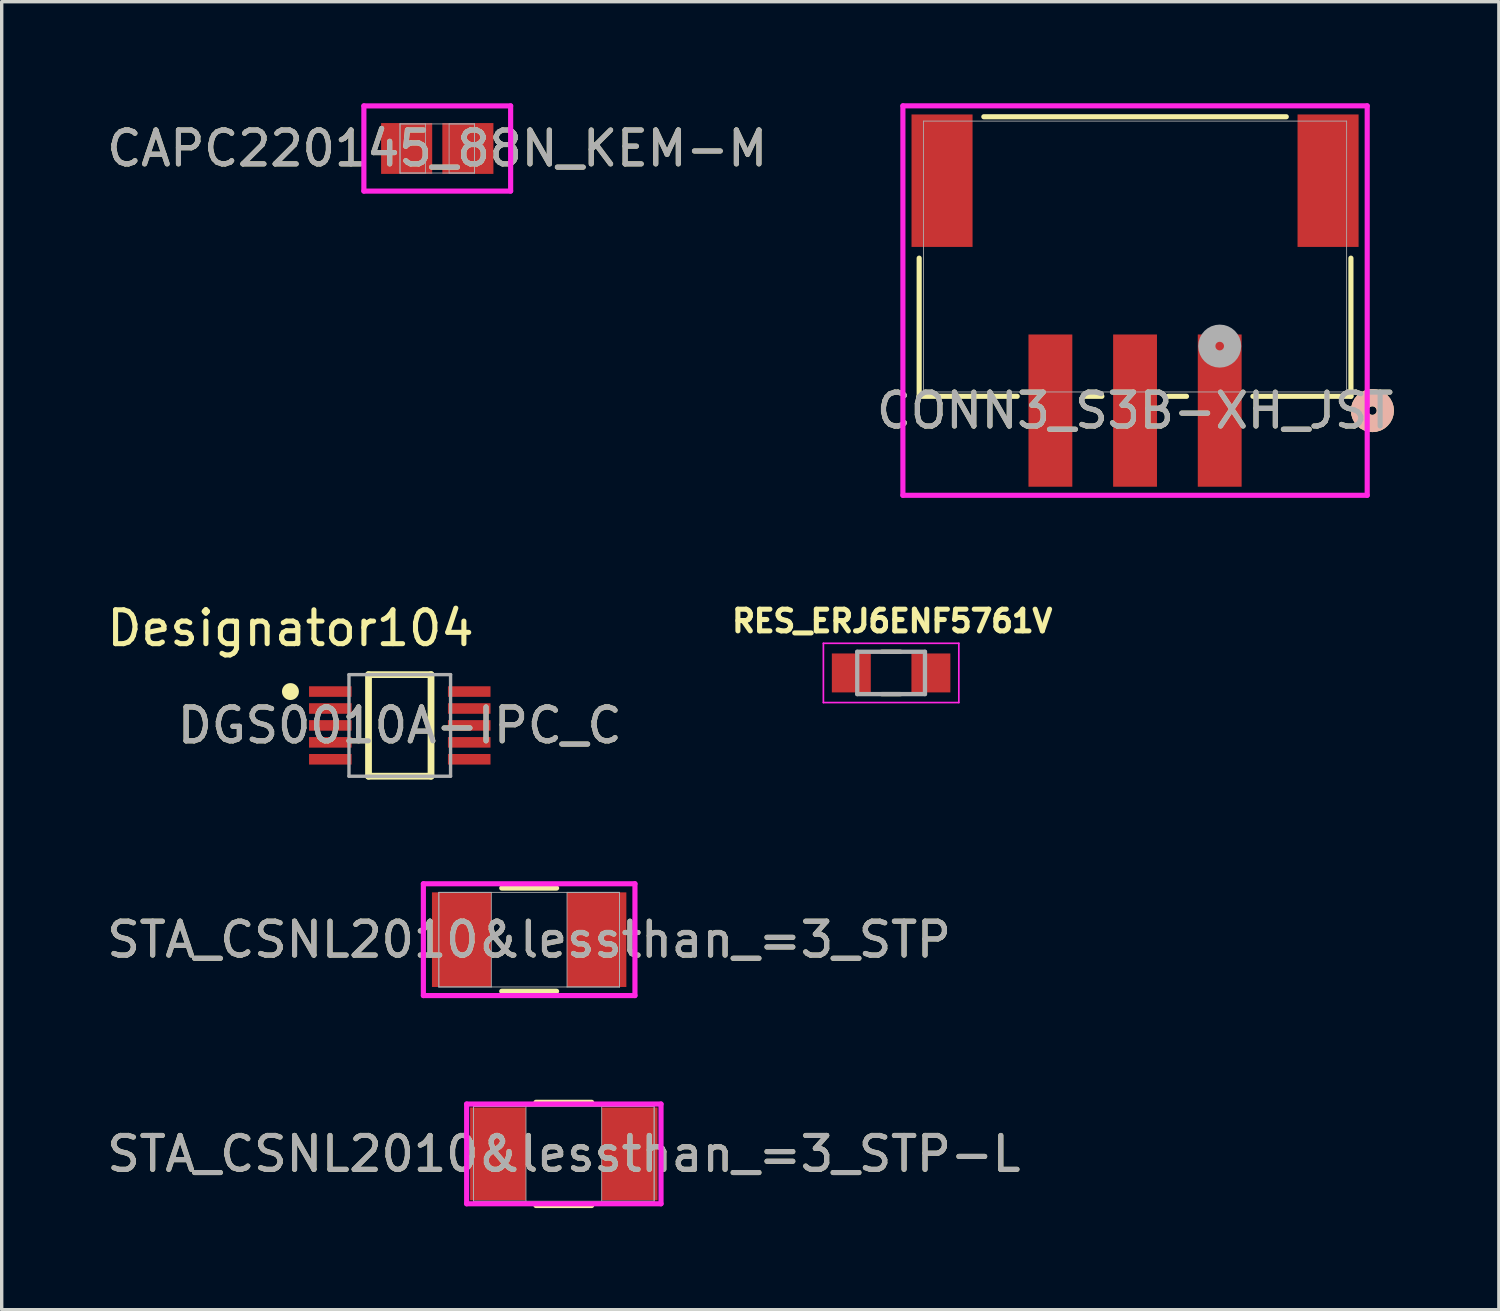
<source format=kicad_pcb>
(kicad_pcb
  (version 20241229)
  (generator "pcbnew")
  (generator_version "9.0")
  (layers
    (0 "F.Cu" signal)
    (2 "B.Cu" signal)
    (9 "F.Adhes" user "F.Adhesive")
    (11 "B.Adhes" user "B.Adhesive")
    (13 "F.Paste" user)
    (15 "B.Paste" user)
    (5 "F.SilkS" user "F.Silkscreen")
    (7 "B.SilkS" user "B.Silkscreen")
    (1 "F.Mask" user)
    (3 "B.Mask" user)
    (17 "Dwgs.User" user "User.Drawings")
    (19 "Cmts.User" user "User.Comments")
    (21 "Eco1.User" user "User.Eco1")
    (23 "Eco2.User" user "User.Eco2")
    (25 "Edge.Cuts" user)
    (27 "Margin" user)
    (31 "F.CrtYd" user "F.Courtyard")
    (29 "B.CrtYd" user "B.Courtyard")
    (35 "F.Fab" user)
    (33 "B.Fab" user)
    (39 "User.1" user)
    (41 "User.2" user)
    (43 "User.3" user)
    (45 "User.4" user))
  (footprint "DGS0010A-IPC_C"
    (layer "F.Cu")
    (at 8.756 18.373)
    (property "Reference" "DGS0010A-IPC_C" (at 0 0 0) (unlocked yes) (layer "F.SilkS") (effects (font (size 1 1) (thickness 0.15))))
    (attr smd)
    (fp_line (start -0.923 -1.5) (end 0.923 -1.5) (stroke (width 0.2) (type solid)) (layer "F.SilkS"))
    (fp_line (start -0.923 1.5) (end -0.923 -1.5) (stroke (width 0.2) (type solid)) (layer "F.SilkS"))
    (fp_line (start -0.923 1.5) (end 0.923 1.5) (stroke (width 0.2) (type solid)) (layer "F.SilkS"))
    (fp_line (start 0.923 1.5) (end 0.923 -1.5) (stroke (width 0.2) (type solid)) (layer "F.SilkS"))
    (fp_circle (center -3.229 -1) (end -3.104 -1) (stroke (width 0.25) (type solid)) (fill no) (layer "F.SilkS"))
    (fp_line (start -1.5 -1.5) (end 1.5 -1.5) (stroke (width 0.1) (type solid)) (layer "F.Fab"))
    (fp_line (start -1.5 1.5) (end -1.5 -1.5) (stroke (width 0.1) (type solid)) (layer "F.Fab"))
    (fp_line (start -1.5 1.5) (end 1.5 1.5) (stroke (width 0.1) (type solid)) (layer "F.Fab"))
    (fp_line (start 1.5 1.5) (end 1.5 -1.5) (stroke (width 0.1) (type solid)) (layer "F.Fab"))
    (fp_text user "Designator104" (at -3.226 -2.87 0) (unlocked yes) (layer "F.SilkS") (effects (font (size 1 1) (thickness 0.15))))
    (fp_text user "${REFERENCE}" (at 0 0 0) (unlocked yes) (layer "F.Fab") (effects (font (size 1 1) (thickness 0.15))))
    (pad "1" smd rect (at -2.051 -1) (size 1.257 0.312) (layers "F.Cu" "F.Mask" "F.Paste"))
    (pad "2" smd rect (at -2.051 -0.5) (size 1.257 0.312) (layers "F.Cu" "F.Mask" "F.Paste"))
    (pad "3" smd rect (at -2.051 0) (size 1.257 0.312) (layers "F.Cu" "F.Mask" "F.Paste"))
    (pad "4" smd rect (at -2.051 0.5) (size 1.257 0.312) (layers "F.Cu" "F.Mask" "F.Paste"))
    (pad "5" smd rect (at -2.051 1) (size 1.257 0.312) (layers "F.Cu" "F.Mask" "F.Paste"))
    (pad "6" smd rect (at 2.051 1) (size 1.257 0.312) (layers "F.Cu" "F.Mask" "F.Paste"))
    (pad "7" smd rect (at 2.051 0.5) (size 1.257 0.312) (layers "F.Cu" "F.Mask" "F.Paste"))
    (pad "8" smd rect (at 2.051 0) (size 1.257 0.312) (layers "F.Cu" "F.Mask" "F.Paste"))
    (pad "9" smd rect (at 2.051 -0.5) (size 1.257 0.312) (layers "F.Cu" "F.Mask" "F.Paste"))
    (pad "10" smd rect (at 2.051 -1) (size 1.257 0.312) (layers "F.Cu" "F.Mask" "F.Paste")))
  (footprint "CONN3_S3B-XH_JST"
    (layer "F.Cu")
    (at 30.47 4.526)
    (property "Reference" "CONN3_S3B-XH_JST" (at 0 4.55 0) (unlocked yes) (layer "F.SilkS") (effects (font (size 1 1) (thickness 0.15))))
    (attr smd)
    (fp_line (start -6.375 0.048) (end -6.375 4.128) (stroke (width 0.152) (type solid)) (layer "F.SilkS"))
    (fp_line (start -6.375 4.128) (end -3.48 4.128) (stroke (width 0.152) (type solid)) (layer "F.SilkS"))
    (fp_line (start -1.52 4.128) (end -0.98 4.128) (stroke (width 0.152) (type solid)) (layer "F.SilkS"))
    (fp_line (start 0.98 4.128) (end 1.52 4.128) (stroke (width 0.152) (type solid)) (layer "F.SilkS"))
    (fp_line (start 3.48 4.128) (end 6.375 4.128) (stroke (width 0.152) (type solid)) (layer "F.SilkS"))
    (fp_line (start 4.466 -4.128) (end -4.466 -4.128) (stroke (width 0.152) (type solid)) (layer "F.SilkS"))
    (fp_line (start 6.375 4.128) (end 6.375 0.048) (stroke (width 0.152) (type solid)) (layer "F.SilkS"))
    (fp_circle (center 7.01 4.55) (end 7.391 4.55) (stroke (width 0.508) (type solid)) (fill no) (layer "F.SilkS"))
    (fp_circle (center 7.01 4.55) (end 7.391 4.55) (stroke (width 0.508) (type solid)) (fill no) (layer "B.SilkS"))
    (fp_line (start -6.856 -4.45) (end -6.856 7.051) (stroke (width 0.152) (type solid)) (layer "F.CrtYd"))
    (fp_line (start -6.856 7.051) (end 6.856 7.051) (stroke (width 0.152) (type solid)) (layer "F.CrtYd"))
    (fp_line (start 6.856 -4.45) (end -6.856 -4.45) (stroke (width 0.152) (type solid)) (layer "F.CrtYd"))
    (fp_line (start 6.856 7.051) (end 6.856 -4.45) (stroke (width 0.152) (type solid)) (layer "F.CrtYd"))
    (fp_line (start -6.248 -4) (end -6.248 4) (stroke (width 0.025) (type solid)) (layer "F.Fab"))
    (fp_line (start -6.248 4) (end 6.248 4) (stroke (width 0.025) (type solid)) (layer "F.Fab"))
    (fp_line (start 6.248 -4) (end -6.248 -4) (stroke (width 0.025) (type solid)) (layer "F.Fab"))
    (fp_line (start 6.248 4) (end 6.248 -4) (stroke (width 0.025) (type solid)) (layer "F.Fab"))
    (fp_circle (center 2.5 2.645) (end 2.881 2.645) (stroke (width 0.508) (type solid)) (fill no) (layer "F.Fab"))
    (fp_text user "${REFERENCE}" (at 0 4.55 0) (unlocked yes) (layer "F.Fab") (effects (font (size 1 1) (thickness 0.15))))
    (pad "1" smd rect (at 2.5 4.55) (size 1.295 4.496) (layers "F.Cu" "F.Mask" "F.Paste"))
    (pad "2" smd rect (at 0 4.55) (size 1.295 4.496) (layers "F.Cu" "F.Mask" "F.Paste"))
    (pad "3" smd rect (at -2.5 4.55) (size 1.295 4.496) (layers "F.Cu" "F.Mask" "F.Paste"))
    (pad "4" smd rect (at -5.7 -2.24) (size 1.803 3.912) (layers "F.Cu" "F.Mask" "F.Paste"))
    (pad "5" smd rect (at 5.7 -2.24) (size 1.803 3.912) (layers "F.Cu" "F.Mask" "F.Paste")))
  (footprint "STA_CSNL2010&lessthan_=3_STP-L"
    (layer "F.Cu")
    (at 13.601 31.027)
    (property "Reference" "STA_CSNL2010&lessthan_=3_STP-L" (at 0 0 0) (unlocked yes) (layer "F.SilkS") (effects (font (size 1 1) (thickness 0.15))))
    (attr smd)
    (fp_line (start -0.822 1.524) (end 0.822 1.524) (stroke (width 0.152) (type solid)) (layer "F.SilkS"))
    (fp_line (start 0.822 -1.524) (end -0.822 -1.524) (stroke (width 0.152) (type solid)) (layer "F.SilkS"))
    (fp_line (start -2.87 -1.473) (end 2.87 -1.473) (stroke (width 0.152) (type solid)) (layer "F.CrtYd"))
    (fp_line (start -2.87 1.473) (end -2.87 -1.473) (stroke (width 0.152) (type solid)) (layer "F.CrtYd"))
    (fp_line (start 2.87 -1.473) (end 2.87 1.473) (stroke (width 0.152) (type solid)) (layer "F.CrtYd"))
    (fp_line (start 2.87 1.473) (end -2.87 1.473) (stroke (width 0.152) (type solid)) (layer "F.CrtYd"))
    (fp_line (start -2.667 -1.397) (end -2.667 1.397) (stroke (width 0.025) (type solid)) (layer "F.Fab"))
    (fp_line (start -2.667 -1.397) (end -2.667 1.397) (stroke (width 0.025) (type solid)) (layer "F.Fab"))
    (fp_line (start -2.667 1.397) (end -1.118 1.397) (stroke (width 0.025) (type solid)) (layer "F.Fab"))
    (fp_line (start -2.667 1.397) (end 2.667 1.397) (stroke (width 0.025) (type solid)) (layer "F.Fab"))
    (fp_line (start -1.118 -1.397) (end -2.667 -1.397) (stroke (width 0.025) (type solid)) (layer "F.Fab"))
    (fp_line (start -1.118 1.397) (end -1.118 -1.397) (stroke (width 0.025) (type solid)) (layer "F.Fab"))
    (fp_line (start 1.118 -1.397) (end 1.118 1.397) (stroke (width 0.025) (type solid)) (layer "F.Fab"))
    (fp_line (start 1.118 1.397) (end 2.667 1.397) (stroke (width 0.025) (type solid)) (layer "F.Fab"))
    (fp_line (start 2.667 -1.397) (end -2.667 -1.397) (stroke (width 0.025) (type solid)) (layer "F.Fab"))
    (fp_line (start 2.667 -1.397) (end 1.118 -1.397) (stroke (width 0.025) (type solid)) (layer "F.Fab"))
    (fp_line (start 2.667 1.397) (end 2.667 -1.397) (stroke (width 0.025) (type solid)) (layer "F.Fab"))
    (fp_line (start 2.667 1.397) (end 2.667 -1.397) (stroke (width 0.025) (type solid)) (layer "F.Fab"))
    (fp_text user "${REFERENCE}" (at 0 0 0) (unlocked yes) (layer "F.Fab") (effects (font (size 1 1) (thickness 0.15))))
    (pad "1" smd rect (at -1.943 0) (size 1.651 2.743) (layers "F.Cu" "F.Mask" "F.Paste"))
    (pad "2" smd rect (at 1.943 0) (size 1.651 2.743) (layers "F.Cu" "F.Mask" "F.Paste"))
    (zone (net_name "") (layer "F.Cu") (hatch full 0.508) (connect_pads) (min_thickness 0.254) (filled_areas_thickness no) (keepout (tracks not_allowed) (vias not_allowed) (pads allowed) (copperpour not_allowed) (footprints allowed)) (placement (enabled no)) (fill) (polygon (pts (xy 12.534 29.681) (xy 14.668 29.681) (xy 14.668 32.373) (xy 12.534 32.373)))))
  (footprint "STA_CSNL2010&lessthan_=3_STP"
    (layer "F.Cu")
    (at 12.577 24.7)
    (property "Reference" "STA_CSNL2010&lessthan_=3_STP" (at 0 0 0) (unlocked yes) (layer "F.SilkS") (effects (font (size 1 1) (thickness 0.15))))
    (attr smd)
    (fp_line (start -0.81 1.524) (end 0.81 1.524) (stroke (width 0.152) (type solid)) (layer "F.SilkS"))
    (fp_line (start 0.81 -1.524) (end -0.81 -1.524) (stroke (width 0.152) (type solid)) (layer "F.SilkS"))
    (fp_line (start -3.124 -1.651) (end 3.124 -1.651) (stroke (width 0.152) (type solid)) (layer "F.CrtYd"))
    (fp_line (start -3.124 1.651) (end -3.124 -1.651) (stroke (width 0.152) (type solid)) (layer "F.CrtYd"))
    (fp_line (start 3.124 -1.651) (end 3.124 1.651) (stroke (width 0.152) (type solid)) (layer "F.CrtYd"))
    (fp_line (start 3.124 1.651) (end -3.124 1.651) (stroke (width 0.152) (type solid)) (layer "F.CrtYd"))
    (fp_line (start -2.667 -1.397) (end -2.667 1.397) (stroke (width 0.025) (type solid)) (layer "F.Fab"))
    (fp_line (start -2.667 -1.397) (end -2.667 1.397) (stroke (width 0.025) (type solid)) (layer "F.Fab"))
    (fp_line (start -2.667 1.397) (end -1.118 1.397) (stroke (width 0.025) (type solid)) (layer "F.Fab"))
    (fp_line (start -2.667 1.397) (end 2.667 1.397) (stroke (width 0.025) (type solid)) (layer "F.Fab"))
    (fp_line (start -1.118 -1.397) (end -2.667 -1.397) (stroke (width 0.025) (type solid)) (layer "F.Fab"))
    (fp_line (start -1.118 1.397) (end -1.118 -1.397) (stroke (width 0.025) (type solid)) (layer "F.Fab"))
    (fp_line (start 1.118 -1.397) (end 1.118 1.397) (stroke (width 0.025) (type solid)) (layer "F.Fab"))
    (fp_line (start 1.118 1.397) (end 2.667 1.397) (stroke (width 0.025) (type solid)) (layer "F.Fab"))
    (fp_line (start 2.667 -1.397) (end -2.667 -1.397) (stroke (width 0.025) (type solid)) (layer "F.Fab"))
    (fp_line (start 2.667 -1.397) (end 1.118 -1.397) (stroke (width 0.025) (type solid)) (layer "F.Fab"))
    (fp_line (start 2.667 1.397) (end 2.667 -1.397) (stroke (width 0.025) (type solid)) (layer "F.Fab"))
    (fp_line (start 2.667 1.397) (end 2.667 -1.397) (stroke (width 0.025) (type solid)) (layer "F.Fab"))
    (fp_text user "${REFERENCE}" (at 0 0 0) (unlocked yes) (layer "F.Fab") (effects (font (size 1 1) (thickness 0.15))))
    (pad "1" smd rect (at -1.994 0) (size 1.753 2.794) (layers "F.Cu" "F.Mask" "F.Paste"))
    (pad "2" smd rect (at 1.994 0) (size 1.753 2.794) (layers "F.Cu" "F.Mask" "F.Paste"))
    (zone (net_name "") (layer "F.Cu") (hatch full 0.508) (connect_pads) (min_thickness 0.254) (filled_areas_thickness no) (keepout (tracks not_allowed) (vias not_allowed) (pads allowed) (copperpour not_allowed) (footprints allowed)) (placement (enabled no)) (fill) (polygon (pts (xy 11.511 23.354) (xy 13.644 23.354) (xy 13.644 26.046) (xy 11.511 26.046)))))
  (footprint "CAPC220145_88N_KEM-M"
    (layer "F.Cu")
    (at 9.863 1.335)
    (property "Reference" "CAPC220145_88N_KEM-M" (at 0 0 0) (unlocked yes) (layer "F.SilkS") (effects (font (size 1 1) (thickness 0.15))))
    (attr smd)
    (fp_line (start -2.167 -1.258) (end 2.167 -1.258) (stroke (width 0.152) (type solid)) (layer "F.CrtYd"))
    (fp_line (start -2.167 1.258) (end -2.167 -1.258) (stroke (width 0.152) (type solid)) (layer "F.CrtYd"))
    (fp_line (start 2.167 -1.258) (end 2.167 1.258) (stroke (width 0.152) (type solid)) (layer "F.CrtYd"))
    (fp_line (start 2.167 1.258) (end -2.167 1.258) (stroke (width 0.152) (type solid)) (layer "F.CrtYd"))
    (fp_line (start -1.1 -0.725) (end -1.1 0.725) (stroke (width 0.025) (type solid)) (layer "F.Fab"))
    (fp_line (start -1.1 -0.725) (end -1.1 0.725) (stroke (width 0.025) (type solid)) (layer "F.Fab"))
    (fp_line (start -1.1 0.725) (end -0.35 0.725) (stroke (width 0.025) (type solid)) (layer "F.Fab"))
    (fp_line (start -1.1 0.725) (end 1.1 0.725) (stroke (width 0.025) (type solid)) (layer "F.Fab"))
    (fp_line (start -0.35 -0.725) (end -1.1 -0.725) (stroke (width 0.025) (type solid)) (layer "F.Fab"))
    (fp_line (start -0.35 0.725) (end -0.35 -0.725) (stroke (width 0.025) (type solid)) (layer "F.Fab"))
    (fp_line (start 0.35 -0.725) (end 0.35 0.725) (stroke (width 0.025) (type solid)) (layer "F.Fab"))
    (fp_line (start 0.35 0.725) (end 1.1 0.725) (stroke (width 0.025) (type solid)) (layer "F.Fab"))
    (fp_line (start 1.1 -0.725) (end -1.1 -0.725) (stroke (width 0.025) (type solid)) (layer "F.Fab"))
    (fp_line (start 1.1 -0.725) (end 0.35 -0.725) (stroke (width 0.025) (type solid)) (layer "F.Fab"))
    (fp_line (start 1.1 0.725) (end 1.1 -0.725) (stroke (width 0.025) (type solid)) (layer "F.Fab"))
    (fp_line (start 1.1 0.725) (end 1.1 -0.725) (stroke (width 0.025) (type solid)) (layer "F.Fab"))
    (fp_text user "${REFERENCE}" (at 0 0 0) (unlocked yes) (layer "F.Fab") (effects (font (size 1 1) (thickness 0.15))))
    (pad "1" smd rect (at -0.904 0) (size 1.509 1.501) (layers "F.Cu" "F.Mask" "F.Paste"))
    (pad "2" smd rect (at 0.904 0) (size 1.509 1.501) (layers "F.Cu" "F.Mask" "F.Paste"))
    (zone (net_name "") (layer "F.Cu") (hatch full 0.508) (connect_pads) (min_thickness 0.254) (filled_areas_thickness no) (keepout (tracks not_allowed) (vias not_allowed) (pads allowed) (copperpour not_allowed) (footprints allowed)) (placement (enabled no)) (fill) (polygon (pts (xy 9.764 0.66) (xy 9.962 0.66) (xy 9.962 2.009) (xy 9.764 2.009)))))
  (footprint "RES_ERJ6ENF5761V"
    (layer "F.Cu")
    (at 23.266 16.823)
    (property "Reference" "RES_ERJ6ENF5761V" (at 0.032 -1.531 0) (layer "F.SilkS") (effects (font (size 0.64 0.64) (thickness 0.15))))
    (attr smd)
    (fp_line (start -0.28 -0.625) (end 0.28 -0.625) (stroke (width 0.127) (type solid)) (layer "F.SilkS"))
    (fp_line (start -0.28 0.625) (end 0.28 0.625) (stroke (width 0.127) (type solid)) (layer "F.SilkS"))
    (fp_line (start -2 -0.875) (end -2 0.875) (stroke (width 0.05) (type solid)) (layer "F.CrtYd"))
    (fp_line (start -2 0.875) (end 2 0.875) (stroke (width 0.05) (type solid)) (layer "F.CrtYd"))
    (fp_line (start 2 -0.875) (end -2 -0.875) (stroke (width 0.05) (type solid)) (layer "F.CrtYd"))
    (fp_line (start 2 0.875) (end 2 -0.875) (stroke (width 0.05) (type solid)) (layer "F.CrtYd"))
    (fp_line (start -1 -0.625) (end -1 0.625) (stroke (width 0.127) (type solid)) (layer "F.Fab"))
    (fp_line (start -1 -0.625) (end 1 -0.625) (stroke (width 0.127) (type solid)) (layer "F.Fab"))
    (fp_line (start -1 0.625) (end 1 0.625) (stroke (width 0.127) (type solid)) (layer "F.Fab"))
    (fp_line (start 1 -0.625) (end 1 0.625) (stroke (width 0.127) (type solid)) (layer "F.Fab"))
    (pad "1" smd rect (at -1.175 0) (size 1.15 1.15) (layers "F.Cu" "F.Mask" "F.Paste"))
    (pad "2" smd rect (at 1.175 0) (size 1.15 1.15) (layers "F.Cu" "F.Mask" "F.Paste")))
  (gr_rect
    (start -3 -3)
    (end 41.214 35.627)
    (stroke (width 0.1) (type default))
    (fill no)
    (layer "Edge.Cuts")))
</source>
